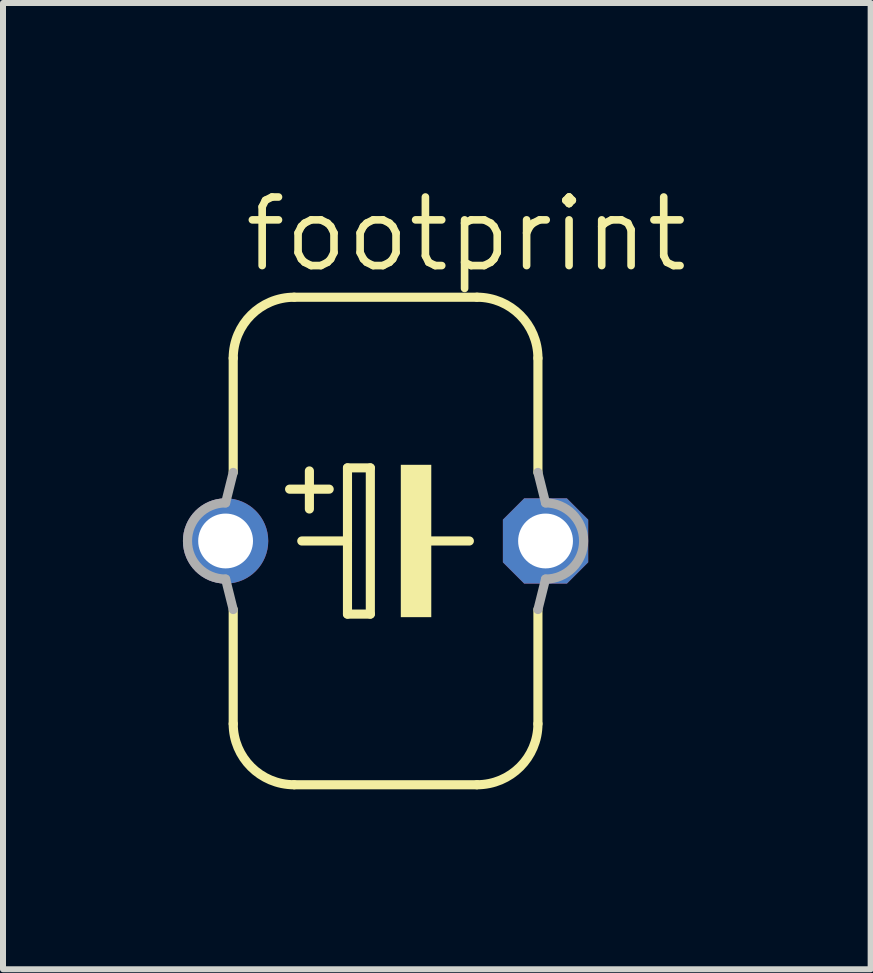
<source format=kicad_pcb>
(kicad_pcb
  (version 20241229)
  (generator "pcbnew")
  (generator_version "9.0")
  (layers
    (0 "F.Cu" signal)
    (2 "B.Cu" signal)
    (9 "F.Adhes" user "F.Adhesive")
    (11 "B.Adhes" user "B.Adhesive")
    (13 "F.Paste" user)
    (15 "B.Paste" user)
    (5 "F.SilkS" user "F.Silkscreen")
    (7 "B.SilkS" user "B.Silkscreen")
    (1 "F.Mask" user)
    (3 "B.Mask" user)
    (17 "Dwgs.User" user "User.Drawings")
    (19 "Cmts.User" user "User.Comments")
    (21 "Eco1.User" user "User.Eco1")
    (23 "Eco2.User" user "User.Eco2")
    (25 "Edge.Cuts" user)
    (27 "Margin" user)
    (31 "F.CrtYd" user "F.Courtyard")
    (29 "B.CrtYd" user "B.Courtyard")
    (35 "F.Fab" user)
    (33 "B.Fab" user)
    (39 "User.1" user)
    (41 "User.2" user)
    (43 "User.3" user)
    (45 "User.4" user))
  (footprint "footprint"
    (layer "F.Cu")
    (at 3.378 5.969)
    (property "Reference" "footprint" (at -2.413 -4.445 0) (layer "F.SilkS") (effects (font (size 1.143 1.143) (thickness 0.127)) (justify left bottom)))
    (fp_line (start -2.54 -3.048) (end -2.54 -1.143) (stroke (width 0.152) (type solid)) (layer "F.SilkS"))
    (fp_line (start -2.54 1.143) (end -2.54 3.048) (stroke (width 0.152) (type solid)) (layer "F.SilkS"))
    (fp_line (start -1.524 4.064) (end 1.524 4.064) (stroke (width 0.152) (type solid)) (layer "F.SilkS"))
    (fp_line (start -1.397 0) (end -0.635 0) (stroke (width 0.152) (type solid)) (layer "F.SilkS"))
    (fp_line (start -1.27 -1.168) (end -1.27 -0.533) (stroke (width 0.152) (type solid)) (layer "F.SilkS"))
    (fp_line (start -0.94 -0.864) (end -1.6 -0.864) (stroke (width 0.152) (type solid)) (layer "F.SilkS"))
    (fp_line (start -0.635 -1.219) (end -0.635 0) (stroke (width 0.152) (type solid)) (layer "F.SilkS"))
    (fp_line (start -0.635 0) (end -0.635 1.219) (stroke (width 0.152) (type solid)) (layer "F.SilkS"))
    (fp_line (start -0.635 1.219) (end -0.254 1.219) (stroke (width 0.152) (type solid)) (layer "F.SilkS"))
    (fp_line (start -0.254 -1.219) (end -0.635 -1.219) (stroke (width 0.152) (type solid)) (layer "F.SilkS"))
    (fp_line (start -0.254 1.219) (end -0.254 -1.219) (stroke (width 0.152) (type solid)) (layer "F.SilkS"))
    (fp_line (start 0.635 0) (end 1.397 0) (stroke (width 0.152) (type solid)) (layer "F.SilkS"))
    (fp_line (start 1.524 -4.064) (end -1.524 -4.064) (stroke (width 0.152) (type solid)) (layer "F.SilkS"))
    (fp_line (start 2.54 -3.048) (end 2.54 -1.143) (stroke (width 0.152) (type solid)) (layer "F.SilkS"))
    (fp_line (start 2.54 1.143) (end 2.54 3.048) (stroke (width 0.152) (type solid)) (layer "F.SilkS"))
    (fp_arc (start -2.54 -3.048) (mid -2.24242 -3.76642) (end -1.524 -4.064) (stroke (width 0.1524) (type solid)) (layer "F.SilkS"))
    (fp_arc (start -1.524 4.064) (mid -2.24242 3.76642) (end -2.54 3.048) (stroke (width 0.1524) (type solid)) (layer "F.SilkS"))
    (fp_arc (start 1.524 -4.064) (mid 2.24242 -3.76642) (end 2.54 -3.048) (stroke (width 0.1524) (type solid)) (layer "F.SilkS"))
    (fp_arc (start 2.54 3.048) (mid 2.24242 3.76642) (end 1.524 4.064) (stroke (width 0.1524) (type solid)) (layer "F.SilkS"))
    (fp_poly (pts (xy 0.254 1.27) (xy 0.762 1.27) (xy 0.762 -1.27) (xy 0.254 -1.27)) (stroke (width 0) (type solid)) (fill yes) (layer "F.SilkS"))
    (fp_line (start -2.667 -0.635) (end -2.54 -1.143) (stroke (width 0.152) (type solid)) (layer "F.Fab"))
    (fp_line (start -2.54 1.143) (end -2.667 0.635) (stroke (width 0.152) (type solid)) (layer "F.Fab"))
    (fp_line (start 2.54 1.143) (end 2.667 0.635) (stroke (width 0.152) (type solid)) (layer "F.Fab"))
    (fp_line (start 2.667 -0.635) (end 2.54 -1.143) (stroke (width 0.152) (type solid)) (layer "F.Fab"))
    (fp_arc (start -2.667 0.635) (mid -3.302 0) (end -2.667 -0.635) (stroke (width 0.1524) (type solid)) (layer "F.Fab"))
    (fp_arc (start 2.667 -0.635) (mid 3.302 0) (end 2.667 0.635) (stroke (width 0.1524) (type solid)) (layer "F.Fab"))
    (pad "+" thru_hole circle (at -2.667 0) (size 1.422 1.422) (drill 0.914) (layers "*.Cu" "*.Mask"))
    (pad "-" thru_hole roundrect (at 2.667 0) (size 1.422 1.422) (drill 0.914) (layers "*.Cu" "*.Mask") (roundrect_rratio 0.25) (chamfer_ratio 0.25) (chamfer top_left top_right bottom_left bottom_right)))
  (gr_rect
    (start -3 -3)
    (end 11.465 13.109)
    (stroke (width 0.1) (type default))
    (fill no)
    (layer "Edge.Cuts")))
</source>
